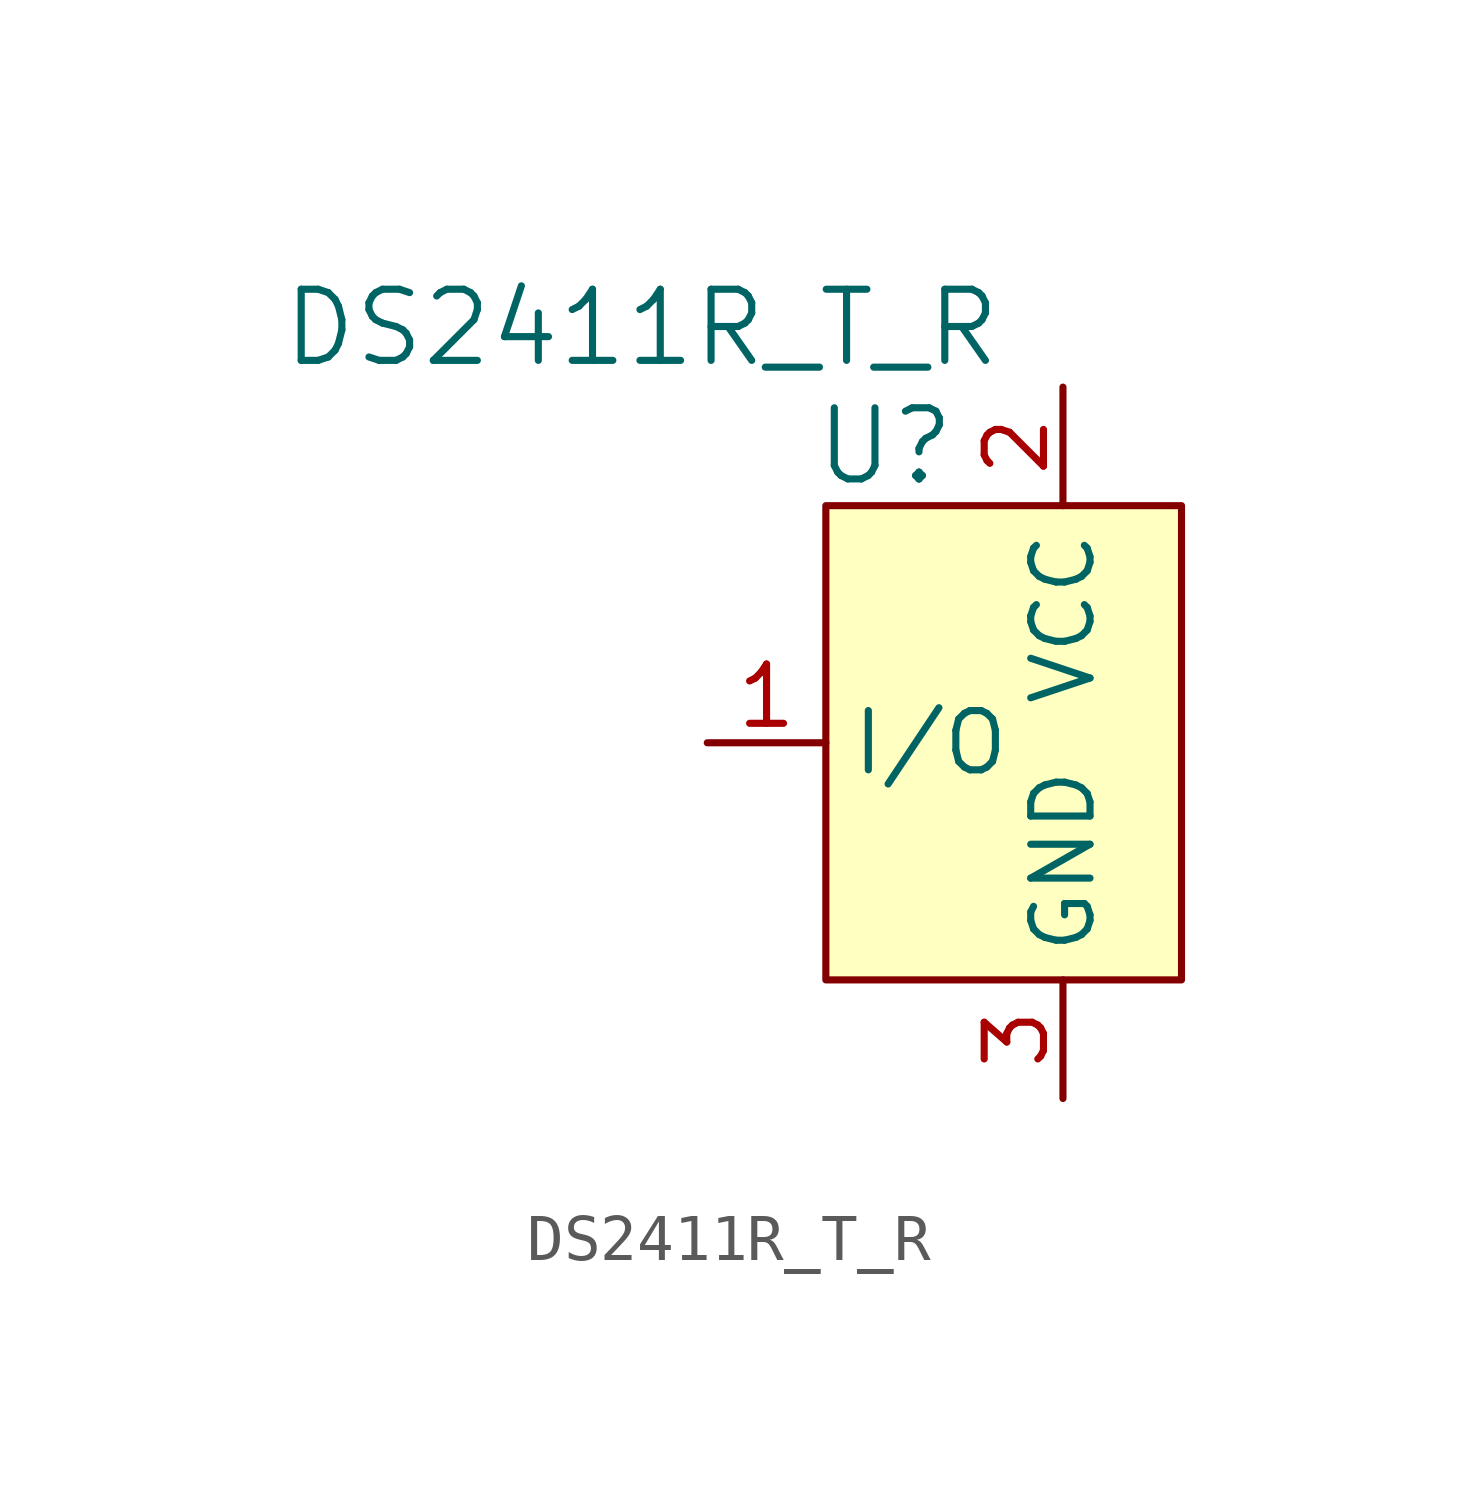
<source format=kicad_sym>
(kicad_symbol_lib
  (version 20211014)
  (generator kicad_symbol_editor)
  (symbol "DS2411R_T_R"
    (property "Reference" "U"
      (at -3.81 6.35 0)
      (effects (font (size 1.524 1.524))))
    (property "Value" "DS2411R_T_R"
      (at -1.27 8.89 0)
      (effects (font (size 1.524 1.524)) (justify right)))
    (symbol "DS2411R_T_R_0_1"
      (rectangle (start -5.08 5.08) (end 2.54 -5.08) (stroke (width 0) (type default) (color 0 0 0 0)) (fill (type background))))
    (symbol "DS2411R_T_R_1_1"
      (pin bidirectional line (at -7.62 0 0) (length 2.54) (name "I/O" (effects (font (size 1.27 1.27)))) (number "1" (effects (font (size 1.27 1.27)))))
      (pin power_in line (at 0 7.62 270) (length 2.54) (name "VCC" (effects (font (size 1.27 1.27)))) (number "2" (effects (font (size 1.27 1.27)))))
      (pin power_in line (at 0 -7.62 90) (length 2.54) (name "GND" (effects (font (size 1.27 1.27)))) (number "3" (effects (font (size 1.27 1.27))))))))
</source>
